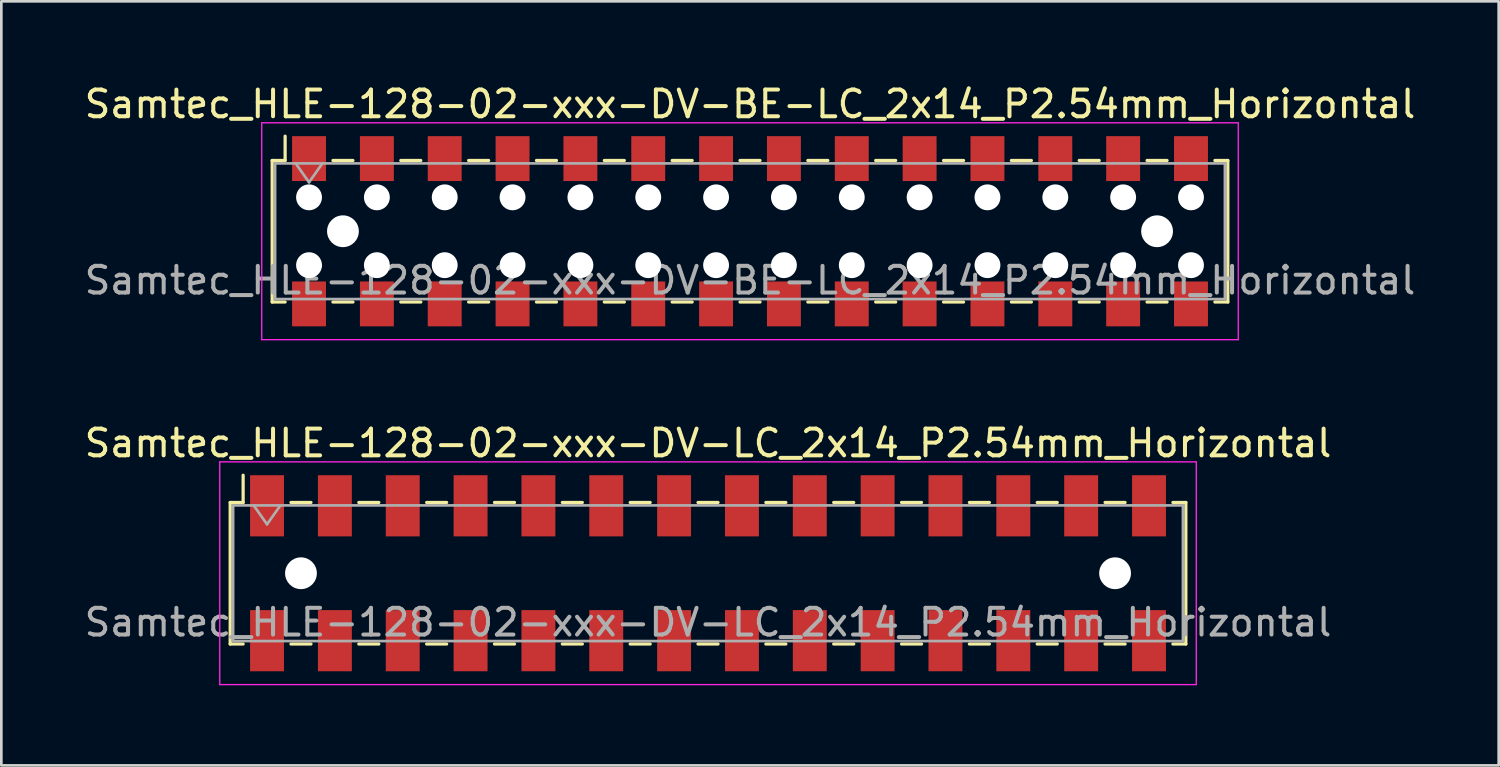
<source format=kicad_pcb>
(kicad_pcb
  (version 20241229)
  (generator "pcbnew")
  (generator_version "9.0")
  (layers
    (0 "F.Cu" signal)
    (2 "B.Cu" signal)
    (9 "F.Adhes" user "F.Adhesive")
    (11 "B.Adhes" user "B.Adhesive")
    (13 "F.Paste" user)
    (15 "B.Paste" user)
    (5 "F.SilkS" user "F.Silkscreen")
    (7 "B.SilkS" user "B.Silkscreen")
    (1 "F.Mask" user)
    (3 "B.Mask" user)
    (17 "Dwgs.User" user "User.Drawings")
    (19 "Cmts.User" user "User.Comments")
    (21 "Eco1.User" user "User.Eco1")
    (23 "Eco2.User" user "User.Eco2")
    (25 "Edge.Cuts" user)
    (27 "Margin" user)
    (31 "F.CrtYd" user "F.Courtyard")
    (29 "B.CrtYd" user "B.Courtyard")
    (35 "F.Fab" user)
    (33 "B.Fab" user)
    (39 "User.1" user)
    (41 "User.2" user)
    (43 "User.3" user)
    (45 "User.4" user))
  (footprint "Samtec_HLE-128-02-xxx-DV-LC_2x14_P2.54mm_Horizontal"
    (layer "F.Cu")
    (at 23.458 18.412)
    (property "Reference" "Samtec_HLE-128-02-xxx-DV-LC_2x14_P2.54mm_Horizontal" (at 0 -4.87 0) (layer "F.SilkS") (effects (font (size 1 1) (thickness 0.15))))
    (attr smd)
    (fp_line (start -17.89 -2.65) (end -17.89 2.65) (stroke (width 0.12) (type solid)) (layer "F.SilkS"))
    (fp_line (start -17.89 2.65) (end -17.405 2.65) (stroke (width 0.12) (type solid)) (layer "F.SilkS"))
    (fp_line (start -17.405 -3.67) (end -17.405 -2.65) (stroke (width 0.12) (type solid)) (layer "F.SilkS"))
    (fp_line (start -17.405 -2.65) (end -17.89 -2.65) (stroke (width 0.12) (type solid)) (layer "F.SilkS"))
    (fp_line (start -15.615 -2.65) (end -14.865 -2.65) (stroke (width 0.12) (type solid)) (layer "F.SilkS"))
    (fp_line (start -15.615 2.65) (end -14.865 2.65) (stroke (width 0.12) (type solid)) (layer "F.SilkS"))
    (fp_line (start -13.075 -2.65) (end -12.325 -2.65) (stroke (width 0.12) (type solid)) (layer "F.SilkS"))
    (fp_line (start -13.075 2.65) (end -12.325 2.65) (stroke (width 0.12) (type solid)) (layer "F.SilkS"))
    (fp_line (start -10.535 -2.65) (end -9.785 -2.65) (stroke (width 0.12) (type solid)) (layer "F.SilkS"))
    (fp_line (start -10.535 2.65) (end -9.785 2.65) (stroke (width 0.12) (type solid)) (layer "F.SilkS"))
    (fp_line (start -7.995 -2.65) (end -7.245 -2.65) (stroke (width 0.12) (type solid)) (layer "F.SilkS"))
    (fp_line (start -7.995 2.65) (end -7.245 2.65) (stroke (width 0.12) (type solid)) (layer "F.SilkS"))
    (fp_line (start -5.455 -2.65) (end -4.705 -2.65) (stroke (width 0.12) (type solid)) (layer "F.SilkS"))
    (fp_line (start -5.455 2.65) (end -4.705 2.65) (stroke (width 0.12) (type solid)) (layer "F.SilkS"))
    (fp_line (start -2.915 -2.65) (end -2.165 -2.65) (stroke (width 0.12) (type solid)) (layer "F.SilkS"))
    (fp_line (start -2.915 2.65) (end -2.165 2.65) (stroke (width 0.12) (type solid)) (layer "F.SilkS"))
    (fp_line (start -0.375 -2.65) (end 0.375 -2.65) (stroke (width 0.12) (type solid)) (layer "F.SilkS"))
    (fp_line (start -0.375 2.65) (end 0.375 2.65) (stroke (width 0.12) (type solid)) (layer "F.SilkS"))
    (fp_line (start 2.165 -2.65) (end 2.915 -2.65) (stroke (width 0.12) (type solid)) (layer "F.SilkS"))
    (fp_line (start 2.165 2.65) (end 2.915 2.65) (stroke (width 0.12) (type solid)) (layer "F.SilkS"))
    (fp_line (start 4.705 -2.65) (end 5.455 -2.65) (stroke (width 0.12) (type solid)) (layer "F.SilkS"))
    (fp_line (start 4.705 2.65) (end 5.455 2.65) (stroke (width 0.12) (type solid)) (layer "F.SilkS"))
    (fp_line (start 7.245 -2.65) (end 7.995 -2.65) (stroke (width 0.12) (type solid)) (layer "F.SilkS"))
    (fp_line (start 7.245 2.65) (end 7.995 2.65) (stroke (width 0.12) (type solid)) (layer "F.SilkS"))
    (fp_line (start 9.785 -2.65) (end 10.535 -2.65) (stroke (width 0.12) (type solid)) (layer "F.SilkS"))
    (fp_line (start 9.785 2.65) (end 10.535 2.65) (stroke (width 0.12) (type solid)) (layer "F.SilkS"))
    (fp_line (start 12.325 -2.65) (end 13.075 -2.65) (stroke (width 0.12) (type solid)) (layer "F.SilkS"))
    (fp_line (start 12.325 2.65) (end 13.075 2.65) (stroke (width 0.12) (type solid)) (layer "F.SilkS"))
    (fp_line (start 14.865 -2.65) (end 15.615 -2.65) (stroke (width 0.12) (type solid)) (layer "F.SilkS"))
    (fp_line (start 14.865 2.65) (end 15.615 2.65) (stroke (width 0.12) (type solid)) (layer "F.SilkS"))
    (fp_line (start 17.405 -2.65) (end 17.89 -2.65) (stroke (width 0.12) (type solid)) (layer "F.SilkS"))
    (fp_line (start 17.89 -2.65) (end 17.89 2.65) (stroke (width 0.12) (type solid)) (layer "F.SilkS"))
    (fp_line (start 17.89 2.65) (end 17.405 2.65) (stroke (width 0.12) (type solid)) (layer "F.SilkS"))
    (fp_line (start -18.28 -4.17) (end 18.28 -4.17) (stroke (width 0.05) (type solid)) (layer "F.CrtYd"))
    (fp_line (start -18.28 4.17) (end -18.28 -4.17) (stroke (width 0.05) (type solid)) (layer "F.CrtYd"))
    (fp_line (start 18.28 -4.17) (end 18.28 4.17) (stroke (width 0.05) (type solid)) (layer "F.CrtYd"))
    (fp_line (start 18.28 4.17) (end -18.28 4.17) (stroke (width 0.05) (type solid)) (layer "F.CrtYd"))
    (fp_line (start -17.78 -2.54) (end 17.78 -2.54) (stroke (width 0.1) (type solid)) (layer "F.Fab"))
    (fp_line (start -17.78 2.54) (end -17.78 -2.54) (stroke (width 0.1) (type solid)) (layer "F.Fab"))
    (fp_line (start -17.01 -2.54) (end -16.51 -1.833) (stroke (width 0.1) (type solid)) (layer "F.Fab"))
    (fp_line (start -16.51 -1.833) (end -16.01 -2.54) (stroke (width 0.1) (type solid)) (layer "F.Fab"))
    (fp_line (start 17.78 -2.54) (end 17.78 2.54) (stroke (width 0.1) (type solid)) (layer "F.Fab"))
    (fp_line (start 17.78 2.54) (end -17.78 2.54) (stroke (width 0.1) (type solid)) (layer "F.Fab"))
    (fp_text user "${REFERENCE}" (at 0 1.84 0) (layer "F.Fab") (effects (font (size 1 1) (thickness 0.15))))
    (pad "" np_thru_hole circle (at -15.24 0) (size 1.19 1.19) (drill 1.19) (layers "*.Cu" "*.Mask"))
    (pad "" np_thru_hole circle (at 15.24 0) (size 1.19 1.19) (drill 1.19) (layers "*.Cu" "*.Mask"))
    (pad "1" smd rect (at -16.51 -2.525) (size 1.27 2.29) (layers "F.Cu" "F.Mask" "F.Paste"))
    (pad "2" smd rect (at -16.51 2.525) (size 1.27 2.29) (layers "F.Cu" "F.Mask" "F.Paste"))
    (pad "3" smd rect (at -13.97 -2.525) (size 1.27 2.29) (layers "F.Cu" "F.Mask" "F.Paste"))
    (pad "4" smd rect (at -13.97 2.525) (size 1.27 2.29) (layers "F.Cu" "F.Mask" "F.Paste"))
    (pad "5" smd rect (at -11.43 -2.525) (size 1.27 2.29) (layers "F.Cu" "F.Mask" "F.Paste"))
    (pad "6" smd rect (at -11.43 2.525) (size 1.27 2.29) (layers "F.Cu" "F.Mask" "F.Paste"))
    (pad "7" smd rect (at -8.89 -2.525) (size 1.27 2.29) (layers "F.Cu" "F.Mask" "F.Paste"))
    (pad "8" smd rect (at -8.89 2.525) (size 1.27 2.29) (layers "F.Cu" "F.Mask" "F.Paste"))
    (pad "9" smd rect (at -6.35 -2.525) (size 1.27 2.29) (layers "F.Cu" "F.Mask" "F.Paste"))
    (pad "10" smd rect (at -6.35 2.525) (size 1.27 2.29) (layers "F.Cu" "F.Mask" "F.Paste"))
    (pad "11" smd rect (at -3.81 -2.525) (size 1.27 2.29) (layers "F.Cu" "F.Mask" "F.Paste"))
    (pad "12" smd rect (at -3.81 2.525) (size 1.27 2.29) (layers "F.Cu" "F.Mask" "F.Paste"))
    (pad "13" smd rect (at -1.27 -2.525) (size 1.27 2.29) (layers "F.Cu" "F.Mask" "F.Paste"))
    (pad "14" smd rect (at -1.27 2.525) (size 1.27 2.29) (layers "F.Cu" "F.Mask" "F.Paste"))
    (pad "15" smd rect (at 1.27 -2.525) (size 1.27 2.29) (layers "F.Cu" "F.Mask" "F.Paste"))
    (pad "16" smd rect (at 1.27 2.525) (size 1.27 2.29) (layers "F.Cu" "F.Mask" "F.Paste"))
    (pad "17" smd rect (at 3.81 -2.525) (size 1.27 2.29) (layers "F.Cu" "F.Mask" "F.Paste"))
    (pad "18" smd rect (at 3.81 2.525) (size 1.27 2.29) (layers "F.Cu" "F.Mask" "F.Paste"))
    (pad "19" smd rect (at 6.35 -2.525) (size 1.27 2.29) (layers "F.Cu" "F.Mask" "F.Paste"))
    (pad "20" smd rect (at 6.35 2.525) (size 1.27 2.29) (layers "F.Cu" "F.Mask" "F.Paste"))
    (pad "21" smd rect (at 8.89 -2.525) (size 1.27 2.29) (layers "F.Cu" "F.Mask" "F.Paste"))
    (pad "22" smd rect (at 8.89 2.525) (size 1.27 2.29) (layers "F.Cu" "F.Mask" "F.Paste"))
    (pad "23" smd rect (at 11.43 -2.525) (size 1.27 2.29) (layers "F.Cu" "F.Mask" "F.Paste"))
    (pad "24" smd rect (at 11.43 2.525) (size 1.27 2.29) (layers "F.Cu" "F.Mask" "F.Paste"))
    (pad "25" smd rect (at 13.97 -2.525) (size 1.27 2.29) (layers "F.Cu" "F.Mask" "F.Paste"))
    (pad "26" smd rect (at 13.97 2.525) (size 1.27 2.29) (layers "F.Cu" "F.Mask" "F.Paste"))
    (pad "27" smd rect (at 16.51 -2.525) (size 1.27 2.29) (layers "F.Cu" "F.Mask" "F.Paste"))
    (pad "28" smd rect (at 16.51 2.525) (size 1.27 2.29) (layers "F.Cu" "F.Mask" "F.Paste")))
  (footprint "Samtec_HLE-128-02-xxx-DV-BE-LC_2x14_P2.54mm_Horizontal"
    (layer "F.Cu")
    (at 25.03 5.608)
    (property "Reference" "Samtec_HLE-128-02-xxx-DV-BE-LC_2x14_P2.54mm_Horizontal" (at 0 -4.76 0) (layer "F.SilkS") (effects (font (size 1 1) (thickness 0.15))))
    (attr smd)
    (fp_line (start -17.89 -2.65) (end -17.89 2.65) (stroke (width 0.12) (type solid)) (layer "F.SilkS"))
    (fp_line (start -17.89 2.65) (end -17.405 2.65) (stroke (width 0.12) (type solid)) (layer "F.SilkS"))
    (fp_line (start -17.405 -3.56) (end -17.405 -2.65) (stroke (width 0.12) (type solid)) (layer "F.SilkS"))
    (fp_line (start -17.405 -2.65) (end -17.89 -2.65) (stroke (width 0.12) (type solid)) (layer "F.SilkS"))
    (fp_line (start -15.615 -2.65) (end -14.865 -2.65) (stroke (width 0.12) (type solid)) (layer "F.SilkS"))
    (fp_line (start -15.615 2.65) (end -14.865 2.65) (stroke (width 0.12) (type solid)) (layer "F.SilkS"))
    (fp_line (start -13.075 -2.65) (end -12.325 -2.65) (stroke (width 0.12) (type solid)) (layer "F.SilkS"))
    (fp_line (start -13.075 2.65) (end -12.325 2.65) (stroke (width 0.12) (type solid)) (layer "F.SilkS"))
    (fp_line (start -10.535 -2.65) (end -9.785 -2.65) (stroke (width 0.12) (type solid)) (layer "F.SilkS"))
    (fp_line (start -10.535 2.65) (end -9.785 2.65) (stroke (width 0.12) (type solid)) (layer "F.SilkS"))
    (fp_line (start -7.995 -2.65) (end -7.245 -2.65) (stroke (width 0.12) (type solid)) (layer "F.SilkS"))
    (fp_line (start -7.995 2.65) (end -7.245 2.65) (stroke (width 0.12) (type solid)) (layer "F.SilkS"))
    (fp_line (start -5.455 -2.65) (end -4.705 -2.65) (stroke (width 0.12) (type solid)) (layer "F.SilkS"))
    (fp_line (start -5.455 2.65) (end -4.705 2.65) (stroke (width 0.12) (type solid)) (layer "F.SilkS"))
    (fp_line (start -2.915 -2.65) (end -2.165 -2.65) (stroke (width 0.12) (type solid)) (layer "F.SilkS"))
    (fp_line (start -2.915 2.65) (end -2.165 2.65) (stroke (width 0.12) (type solid)) (layer "F.SilkS"))
    (fp_line (start -0.375 -2.65) (end 0.375 -2.65) (stroke (width 0.12) (type solid)) (layer "F.SilkS"))
    (fp_line (start -0.375 2.65) (end 0.375 2.65) (stroke (width 0.12) (type solid)) (layer "F.SilkS"))
    (fp_line (start 2.165 -2.65) (end 2.915 -2.65) (stroke (width 0.12) (type solid)) (layer "F.SilkS"))
    (fp_line (start 2.165 2.65) (end 2.915 2.65) (stroke (width 0.12) (type solid)) (layer "F.SilkS"))
    (fp_line (start 4.705 -2.65) (end 5.455 -2.65) (stroke (width 0.12) (type solid)) (layer "F.SilkS"))
    (fp_line (start 4.705 2.65) (end 5.455 2.65) (stroke (width 0.12) (type solid)) (layer "F.SilkS"))
    (fp_line (start 7.245 -2.65) (end 7.995 -2.65) (stroke (width 0.12) (type solid)) (layer "F.SilkS"))
    (fp_line (start 7.245 2.65) (end 7.995 2.65) (stroke (width 0.12) (type solid)) (layer "F.SilkS"))
    (fp_line (start 9.785 -2.65) (end 10.535 -2.65) (stroke (width 0.12) (type solid)) (layer "F.SilkS"))
    (fp_line (start 9.785 2.65) (end 10.535 2.65) (stroke (width 0.12) (type solid)) (layer "F.SilkS"))
    (fp_line (start 12.325 -2.65) (end 13.075 -2.65) (stroke (width 0.12) (type solid)) (layer "F.SilkS"))
    (fp_line (start 12.325 2.65) (end 13.075 2.65) (stroke (width 0.12) (type solid)) (layer "F.SilkS"))
    (fp_line (start 14.865 -2.65) (end 15.615 -2.65) (stroke (width 0.12) (type solid)) (layer "F.SilkS"))
    (fp_line (start 14.865 2.65) (end 15.615 2.65) (stroke (width 0.12) (type solid)) (layer "F.SilkS"))
    (fp_line (start 17.405 -2.65) (end 17.89 -2.65) (stroke (width 0.12) (type solid)) (layer "F.SilkS"))
    (fp_line (start 17.89 -2.65) (end 17.89 2.65) (stroke (width 0.12) (type solid)) (layer "F.SilkS"))
    (fp_line (start 17.89 2.65) (end 17.405 2.65) (stroke (width 0.12) (type solid)) (layer "F.SilkS"))
    (fp_line (start -18.28 -4.06) (end 18.28 -4.06) (stroke (width 0.05) (type solid)) (layer "F.CrtYd"))
    (fp_line (start -18.28 4.06) (end -18.28 -4.06) (stroke (width 0.05) (type solid)) (layer "F.CrtYd"))
    (fp_line (start 18.28 -4.06) (end 18.28 4.06) (stroke (width 0.05) (type solid)) (layer "F.CrtYd"))
    (fp_line (start 18.28 4.06) (end -18.28 4.06) (stroke (width 0.05) (type solid)) (layer "F.CrtYd"))
    (fp_line (start -17.78 -2.54) (end 17.78 -2.54) (stroke (width 0.1) (type solid)) (layer "F.Fab"))
    (fp_line (start -17.78 2.54) (end -17.78 -2.54) (stroke (width 0.1) (type solid)) (layer "F.Fab"))
    (fp_line (start -17.01 -2.54) (end -16.51 -1.833) (stroke (width 0.1) (type solid)) (layer "F.Fab"))
    (fp_line (start -16.51 -1.833) (end -16.01 -2.54) (stroke (width 0.1) (type solid)) (layer "F.Fab"))
    (fp_line (start 17.78 -2.54) (end 17.78 2.54) (stroke (width 0.1) (type solid)) (layer "F.Fab"))
    (fp_line (start 17.78 2.54) (end -17.78 2.54) (stroke (width 0.1) (type solid)) (layer "F.Fab"))
    (fp_text user "${REFERENCE}" (at 0 1.84 0) (layer "F.Fab") (effects (font (size 1 1) (thickness 0.15))))
    (pad "" np_thru_hole circle (at -16.51 -1.27) (size 0.97 0.97) (drill 0.97) (layers "*.Cu" "*.Mask"))
    (pad "" np_thru_hole circle (at -16.51 1.27) (size 0.97 0.97) (drill 0.97) (layers "*.Cu" "*.Mask"))
    (pad "" np_thru_hole circle (at -15.24 0) (size 1.19 1.19) (drill 1.19) (layers "*.Cu" "*.Mask"))
    (pad "" np_thru_hole circle (at -13.97 -1.27) (size 0.97 0.97) (drill 0.97) (layers "*.Cu" "*.Mask"))
    (pad "" np_thru_hole circle (at -13.97 1.27) (size 0.97 0.97) (drill 0.97) (layers "*.Cu" "*.Mask"))
    (pad "" np_thru_hole circle (at -11.43 -1.27) (size 0.97 0.97) (drill 0.97) (layers "*.Cu" "*.Mask"))
    (pad "" np_thru_hole circle (at -11.43 1.27) (size 0.97 0.97) (drill 0.97) (layers "*.Cu" "*.Mask"))
    (pad "" np_thru_hole circle (at -8.89 -1.27) (size 0.97 0.97) (drill 0.97) (layers "*.Cu" "*.Mask"))
    (pad "" np_thru_hole circle (at -8.89 1.27) (size 0.97 0.97) (drill 0.97) (layers "*.Cu" "*.Mask"))
    (pad "" np_thru_hole circle (at -6.35 -1.27) (size 0.97 0.97) (drill 0.97) (layers "*.Cu" "*.Mask"))
    (pad "" np_thru_hole circle (at -6.35 1.27) (size 0.97 0.97) (drill 0.97) (layers "*.Cu" "*.Mask"))
    (pad "" np_thru_hole circle (at -3.81 -1.27) (size 0.97 0.97) (drill 0.97) (layers "*.Cu" "*.Mask"))
    (pad "" np_thru_hole circle (at -3.81 1.27) (size 0.97 0.97) (drill 0.97) (layers "*.Cu" "*.Mask"))
    (pad "" np_thru_hole circle (at -1.27 -1.27) (size 0.97 0.97) (drill 0.97) (layers "*.Cu" "*.Mask"))
    (pad "" np_thru_hole circle (at -1.27 1.27) (size 0.97 0.97) (drill 0.97) (layers "*.Cu" "*.Mask"))
    (pad "" np_thru_hole circle (at 1.27 -1.27) (size 0.97 0.97) (drill 0.97) (layers "*.Cu" "*.Mask"))
    (pad "" np_thru_hole circle (at 1.27 1.27) (size 0.97 0.97) (drill 0.97) (layers "*.Cu" "*.Mask"))
    (pad "" np_thru_hole circle (at 3.81 -1.27) (size 0.97 0.97) (drill 0.97) (layers "*.Cu" "*.Mask"))
    (pad "" np_thru_hole circle (at 3.81 1.27) (size 0.97 0.97) (drill 0.97) (layers "*.Cu" "*.Mask"))
    (pad "" np_thru_hole circle (at 6.35 -1.27) (size 0.97 0.97) (drill 0.97) (layers "*.Cu" "*.Mask"))
    (pad "" np_thru_hole circle (at 6.35 1.27) (size 0.97 0.97) (drill 0.97) (layers "*.Cu" "*.Mask"))
    (pad "" np_thru_hole circle (at 8.89 -1.27) (size 0.97 0.97) (drill 0.97) (layers "*.Cu" "*.Mask"))
    (pad "" np_thru_hole circle (at 8.89 1.27) (size 0.97 0.97) (drill 0.97) (layers "*.Cu" "*.Mask"))
    (pad "" np_thru_hole circle (at 11.43 -1.27) (size 0.97 0.97) (drill 0.97) (layers "*.Cu" "*.Mask"))
    (pad "" np_thru_hole circle (at 11.43 1.27) (size 0.97 0.97) (drill 0.97) (layers "*.Cu" "*.Mask"))
    (pad "" np_thru_hole circle (at 13.97 -1.27) (size 0.97 0.97) (drill 0.97) (layers "*.Cu" "*.Mask"))
    (pad "" np_thru_hole circle (at 13.97 1.27) (size 0.97 0.97) (drill 0.97) (layers "*.Cu" "*.Mask"))
    (pad "" np_thru_hole circle (at 15.24 0) (size 1.19 1.19) (drill 1.19) (layers "*.Cu" "*.Mask"))
    (pad "" np_thru_hole circle (at 16.51 -1.27) (size 0.97 0.97) (drill 0.97) (layers "*.Cu" "*.Mask"))
    (pad "" np_thru_hole circle (at 16.51 1.27) (size 0.97 0.97) (drill 0.97) (layers "*.Cu" "*.Mask"))
    (pad "1" smd rect (at -16.51 -2.72) (size 1.27 1.68) (layers "F.Cu" "F.Mask" "F.Paste"))
    (pad "2" smd rect (at -16.51 2.72) (size 1.27 1.68) (layers "F.Cu" "F.Mask" "F.Paste"))
    (pad "3" smd rect (at -13.97 -2.72) (size 1.27 1.68) (layers "F.Cu" "F.Mask" "F.Paste"))
    (pad "4" smd rect (at -13.97 2.72) (size 1.27 1.68) (layers "F.Cu" "F.Mask" "F.Paste"))
    (pad "5" smd rect (at -11.43 -2.72) (size 1.27 1.68) (layers "F.Cu" "F.Mask" "F.Paste"))
    (pad "6" smd rect (at -11.43 2.72) (size 1.27 1.68) (layers "F.Cu" "F.Mask" "F.Paste"))
    (pad "7" smd rect (at -8.89 -2.72) (size 1.27 1.68) (layers "F.Cu" "F.Mask" "F.Paste"))
    (pad "8" smd rect (at -8.89 2.72) (size 1.27 1.68) (layers "F.Cu" "F.Mask" "F.Paste"))
    (pad "9" smd rect (at -6.35 -2.72) (size 1.27 1.68) (layers "F.Cu" "F.Mask" "F.Paste"))
    (pad "10" smd rect (at -6.35 2.72) (size 1.27 1.68) (layers "F.Cu" "F.Mask" "F.Paste"))
    (pad "11" smd rect (at -3.81 -2.72) (size 1.27 1.68) (layers "F.Cu" "F.Mask" "F.Paste"))
    (pad "12" smd rect (at -3.81 2.72) (size 1.27 1.68) (layers "F.Cu" "F.Mask" "F.Paste"))
    (pad "13" smd rect (at -1.27 -2.72) (size 1.27 1.68) (layers "F.Cu" "F.Mask" "F.Paste"))
    (pad "14" smd rect (at -1.27 2.72) (size 1.27 1.68) (layers "F.Cu" "F.Mask" "F.Paste"))
    (pad "15" smd rect (at 1.27 -2.72) (size 1.27 1.68) (layers "F.Cu" "F.Mask" "F.Paste"))
    (pad "16" smd rect (at 1.27 2.72) (size 1.27 1.68) (layers "F.Cu" "F.Mask" "F.Paste"))
    (pad "17" smd rect (at 3.81 -2.72) (size 1.27 1.68) (layers "F.Cu" "F.Mask" "F.Paste"))
    (pad "18" smd rect (at 3.81 2.72) (size 1.27 1.68) (layers "F.Cu" "F.Mask" "F.Paste"))
    (pad "19" smd rect (at 6.35 -2.72) (size 1.27 1.68) (layers "F.Cu" "F.Mask" "F.Paste"))
    (pad "20" smd rect (at 6.35 2.72) (size 1.27 1.68) (layers "F.Cu" "F.Mask" "F.Paste"))
    (pad "21" smd rect (at 8.89 -2.72) (size 1.27 1.68) (layers "F.Cu" "F.Mask" "F.Paste"))
    (pad "22" smd rect (at 8.89 2.72) (size 1.27 1.68) (layers "F.Cu" "F.Mask" "F.Paste"))
    (pad "23" smd rect (at 11.43 -2.72) (size 1.27 1.68) (layers "F.Cu" "F.Mask" "F.Paste"))
    (pad "24" smd rect (at 11.43 2.72) (size 1.27 1.68) (layers "F.Cu" "F.Mask" "F.Paste"))
    (pad "25" smd rect (at 13.97 -2.72) (size 1.27 1.68) (layers "F.Cu" "F.Mask" "F.Paste"))
    (pad "26" smd rect (at 13.97 2.72) (size 1.27 1.68) (layers "F.Cu" "F.Mask" "F.Paste"))
    (pad "27" smd rect (at 16.51 -2.72) (size 1.27 1.68) (layers "F.Cu" "F.Mask" "F.Paste"))
    (pad "28" smd rect (at 16.51 2.72) (size 1.27 1.68) (layers "F.Cu" "F.Mask" "F.Paste")))
  (gr_rect
    (start -3 -3)
    (end 53.06 25.607)
    (stroke (width 0.1) (type default))
    (fill no)
    (layer "Edge.Cuts")))
</source>
